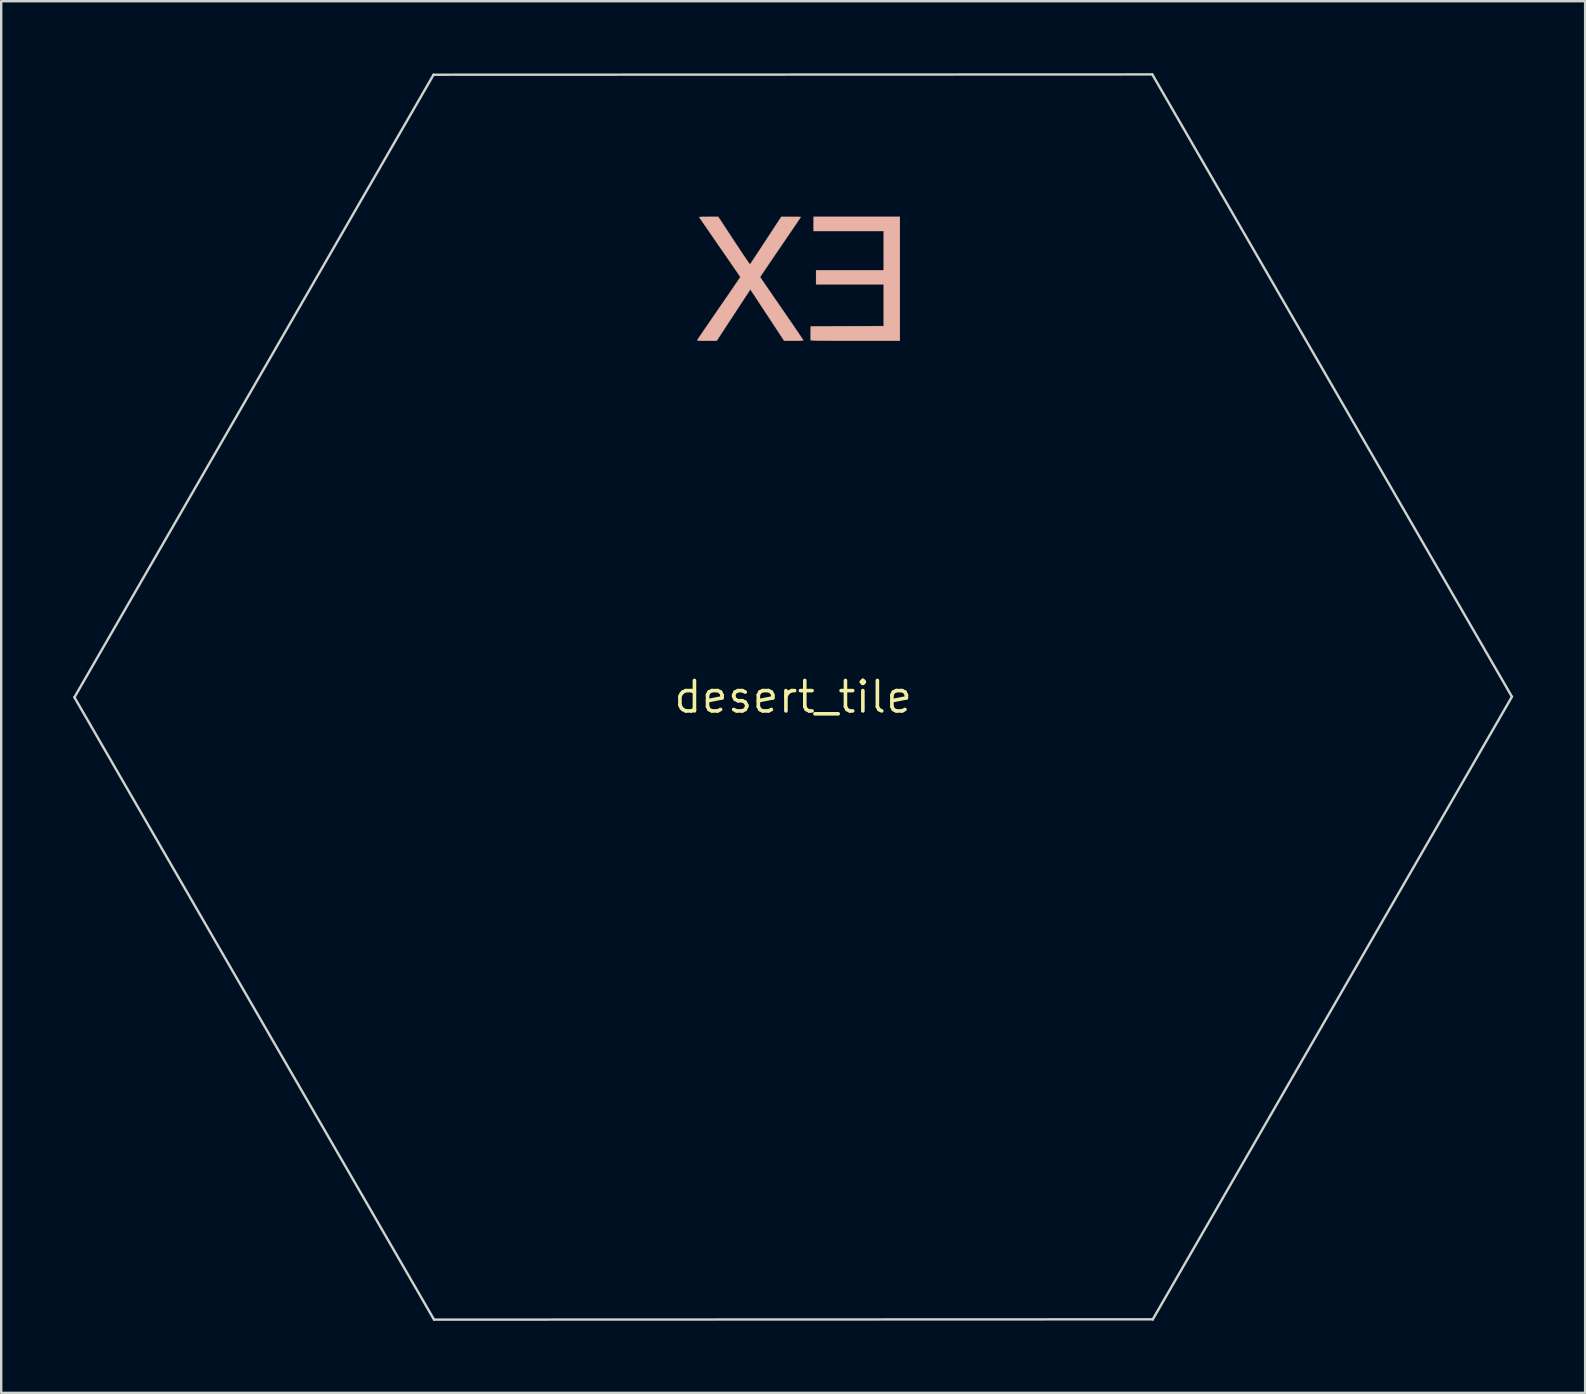
<source format=kicad_pcb>
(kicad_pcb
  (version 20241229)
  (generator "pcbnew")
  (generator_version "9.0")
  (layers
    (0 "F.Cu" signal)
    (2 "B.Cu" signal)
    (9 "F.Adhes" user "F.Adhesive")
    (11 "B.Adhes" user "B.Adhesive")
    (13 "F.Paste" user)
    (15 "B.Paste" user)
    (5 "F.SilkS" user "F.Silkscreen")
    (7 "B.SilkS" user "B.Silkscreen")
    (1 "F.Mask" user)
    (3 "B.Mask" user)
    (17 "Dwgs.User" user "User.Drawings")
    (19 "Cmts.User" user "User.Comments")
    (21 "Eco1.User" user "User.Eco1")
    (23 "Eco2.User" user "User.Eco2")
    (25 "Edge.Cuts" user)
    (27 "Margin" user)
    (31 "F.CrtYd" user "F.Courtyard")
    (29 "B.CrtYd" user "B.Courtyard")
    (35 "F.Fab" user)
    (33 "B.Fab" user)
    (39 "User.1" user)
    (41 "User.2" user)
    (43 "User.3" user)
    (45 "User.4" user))
  (footprint "desert_tile"
    (layer "F.Cu")
    (at 29.99 25.984)
    (property "Reference" "desert_tile" (at 0 0 0) (layer "F.SilkS") (effects (font (size 1.27 1.27) (thickness 0.15))))
    (attr through_hole)
    (fp_poly (pts (xy 22.458 -12.977) (xy 22.856 -12.289) (xy 23.248 -11.61) (xy 23.635 -10.941) (xy 24.015 -10.283) (xy 24.388 -9.637) (xy 24.754 -9.003) (xy 25.112 -8.383) (xy 25.462 -7.778) (xy 25.802 -7.188) (xy 26.133 -6.615) (xy 26.454 -6.059) (xy 26.765 -5.521) (xy 27.064 -5.002) (xy 27.352 -4.504) (xy 27.627 -4.026) (xy 27.89 -3.571) (xy 28.139 -3.138) (xy 28.375 -2.729) (xy 28.596 -2.345) (xy 28.803 -1.987) (xy 28.994 -1.655) (xy 29.169 -1.351) (xy 29.328 -1.075) (xy 29.47 -0.828) (xy 29.594 -0.612) (xy 29.701 -0.427) (xy 29.788 -0.274) (xy 29.857 -0.154) (xy 29.906 -0.068) (xy 29.934 -0.017) (xy 29.943 -0.002) (xy 29.929 0.022) (xy 29.895 0.082) (xy 29.841 0.176) (xy 29.768 0.303) (xy 29.676 0.462) (xy 29.567 0.652) (xy 29.441 0.871) (xy 29.298 1.12) (xy 29.139 1.395) (xy 28.965 1.698) (xy 28.776 2.025) (xy 28.573 2.376) (xy 28.358 2.751) (xy 28.129 3.147) (xy 27.889 3.564) (xy 27.637 4) (xy 27.375 4.455) (xy 27.102 4.928) (xy 26.821 5.416) (xy 26.53 5.92) (xy 26.232 6.437) (xy 25.926 6.968) (xy 25.613 7.51) (xy 25.294 8.062) (xy 24.97 8.624) (xy 24.641 9.195) (xy 24.308 9.772) (xy 23.971 10.356) (xy 23.632 10.945) (xy 23.29 11.537) (xy 22.947 12.132) (xy 22.603 12.729) (xy 22.258 13.325) (xy 21.914 13.922) (xy 21.571 14.516) (xy 21.23 15.108) (xy 20.891 15.695) (xy 20.555 16.277) (xy 20.223 16.853) (xy 19.895 17.421) (xy 19.572 17.981) (xy 19.255 18.531) (xy 18.944 19.07) (xy 18.639 19.597) (xy 18.343 20.111) (xy 18.054 20.611) (xy 17.775 21.095) (xy 17.505 21.563) (xy 17.245 22.014) (xy 16.995 22.445) (xy 16.758 22.857) (xy 16.532 23.247) (xy 16.32 23.616) (xy 16.12 23.961) (xy 15.935 24.282) (xy 15.764 24.577) (xy 15.609 24.846) (xy 15.47 25.087) (xy 15.347 25.299) (xy 15.242 25.481) (xy 15.155 25.631) (xy 15.086 25.75) (xy 15.037 25.835) (xy 15.007 25.885) (xy 14.999 25.9) (xy 14.986 25.902) (xy 14.951 25.904) (xy 14.893 25.905) (xy 14.812 25.907) (xy 14.706 25.908) (xy 14.575 25.91) (xy 14.419 25.911) (xy 14.237 25.912) (xy 14.028 25.913) (xy 13.791 25.915) (xy 13.526 25.916) (xy 13.233 25.917) (xy 12.91 25.918) (xy 12.557 25.919) (xy 12.174 25.92) (xy 11.759 25.921) (xy 11.313 25.922) (xy 10.834 25.923) (xy 10.321 25.924) (xy 9.775 25.925) (xy 9.194 25.926) (xy 8.579 25.927) (xy 7.927 25.928) (xy 7.239 25.928) (xy 6.515 25.929) (xy 5.752 25.93) (xy 4.951 25.931) (xy 4.112 25.931) (xy 3.232 25.932) (xy 2.313 25.933) (xy 1.352 25.934) (xy 0.351 25.934) (xy 0.005 25.934) (xy -14.965 25.944) (xy -15.045 25.804) (xy -15.06 25.779) (xy -15.096 25.717) (xy -15.151 25.621) (xy -15.226 25.491) (xy -15.321 25.328) (xy -15.433 25.133) (xy -15.564 24.908) (xy -15.712 24.652) (xy -15.876 24.367) (xy -16.057 24.054) (xy -16.254 23.713) (xy -16.466 23.346) (xy -16.692 22.954) (xy -16.933 22.538) (xy -17.187 22.098) (xy -17.455 21.635) (xy -17.734 21.151) (xy -18.026 20.646) (xy -18.329 20.122) (xy -18.643 19.579) (xy -18.967 19.018) (xy -19.301 18.44) (xy -19.645 17.846) (xy -19.996 17.237) (xy -20.356 16.614) (xy -20.724 15.978) (xy -21.099 15.33) (xy -21.48 14.67) (xy -21.867 14) (xy -22.259 13.321) (xy -22.531 12.85) (xy -22.927 12.166) (xy -23.317 11.491) (xy -23.701 10.826) (xy -24.079 10.172) (xy -24.45 9.529) (xy -24.814 8.899) (xy -25.17 8.283) (xy -25.517 7.682) (xy -25.855 7.096) (xy -26.184 6.526) (xy -26.503 5.974) (xy -26.811 5.44) (xy -27.108 4.926) (xy -27.393 4.431) (xy -27.666 3.958) (xy -27.927 3.507) (xy -28.174 3.078) (xy -28.407 2.674) (xy -28.626 2.294) (xy -28.83 1.94) (xy -29.018 1.613) (xy -29.191 1.313) (xy -29.347 1.042) (xy -29.486 0.801) (xy -29.607 0.59) (xy -29.71 0.41) (xy -29.795 0.262) (xy -29.86 0.148) (xy -29.906 0.068) (xy -29.931 0.022) (xy -29.937 0.012) (xy -29.926 -0.007) (xy -29.895 -0.062) (xy -29.844 -0.151) (xy -29.774 -0.274) (xy -29.686 -0.428) (xy -29.579 -0.614) (xy -29.455 -0.829) (xy -29.315 -1.074) (xy -29.159 -1.346) (xy -28.987 -1.644) (xy -28.801 -1.968) (xy -28.601 -2.316) (xy -28.387 -2.687) (xy -28.161 -3.081) (xy -27.922 -3.495) (xy -27.672 -3.929) (xy -27.412 -4.381) (xy -27.141 -4.851) (xy -26.861 -5.338) (xy -26.572 -5.839) (xy -26.275 -6.355) (xy -25.97 -6.883) (xy -25.659 -7.424) (xy -25.341 -7.975) (xy -25.018 -8.536) (xy -24.69 -9.105) (xy -24.357 -9.682) (xy -24.021 -10.265) (xy -23.683 -10.853) (xy -23.341 -11.445) (xy -22.998 -12.04) (xy -22.655 -12.636) (xy -22.31 -13.233) (xy -21.966 -13.83) (xy -21.624 -14.424) (xy -21.282 -15.016) (xy -20.943 -15.604) (xy -20.607 -16.187) (xy -20.274 -16.764) (xy -19.946 -17.333) (xy -19.622 -17.895) (xy -19.304 -18.446) (xy -18.992 -18.987) (xy -18.687 -19.516) (xy -18.389 -20.031) (xy -18.1 -20.533) (xy -17.819 -21.02) (xy -17.547 -21.49) (xy -17.286 -21.943) (xy -17.035 -22.377) (xy -16.796 -22.792) (xy -16.569 -23.185) (xy -16.354 -23.557) (xy -16.153 -23.905) (xy -15.965 -24.23) (xy -15.793 -24.529) (xy -15.635 -24.801) (xy -15.493 -25.046) (xy -15.368 -25.262) (xy -15.26 -25.448) (xy -15.17 -25.603) (xy -15.099 -25.726) (xy -15.047 -25.816) (xy -15.014 -25.871) (xy -15.002 -25.891) (xy -14.998 -25.893) (xy -14.989 -25.895) (xy -14.975 -25.897) (xy -14.953 -25.899) (xy -14.924 -25.901) (xy -14.886 -25.903) (xy -14.839 -25.905) (xy -14.781 -25.906) (xy -14.712 -25.908) (xy -14.631 -25.909) (xy -14.536 -25.911) (xy -14.428 -25.912) (xy -14.305 -25.913) (xy -14.165 -25.914) (xy -14.009 -25.915) (xy -13.836 -25.916) (xy -13.643 -25.917) (xy -13.432 -25.918) (xy -13.2 -25.919) (xy -12.946 -25.92) (xy -12.67 -25.921) (xy -12.372 -25.922) (xy -12.049 -25.923) (xy -11.701 -25.923) (xy -11.327 -25.924) (xy -10.927 -25.925) (xy -10.499 -25.925) (xy -10.042 -25.926) (xy -9.556 -25.926) (xy -9.039 -25.927) (xy -8.491 -25.927) (xy -7.911 -25.928) (xy -7.298 -25.928) (xy -6.651 -25.929) (xy -5.969 -25.929) (xy -5.251 -25.93) (xy -4.496 -25.93) (xy -3.704 -25.931) (xy -2.873 -25.931) (xy -2.002 -25.932) (xy -1.091 -25.932) (xy -0.139 -25.932) (xy -0.004 -25.933) (xy 14.968 -25.94) (xy 22.458 -12.977)) (stroke (width 0.01) (type solid)) (fill yes) (layer "F.Mask"))
    (fp_poly (pts (xy 4.445 -14.838) (xy 2.592 -14.838) (xy 2.26 -14.838) (xy 1.968 -14.838) (xy 1.713 -14.839) (xy 1.494 -14.84) (xy 1.308 -14.841) (xy 1.153 -14.843) (xy 1.025 -14.844) (xy 0.924 -14.847) (xy 0.847 -14.85) (xy 0.791 -14.853) (xy 0.754 -14.857) (xy 0.734 -14.862) (xy 0.729 -14.865) (xy 0.725 -14.896) (xy 0.723 -14.96) (xy 0.723 -15.049) (xy 0.724 -15.152) (xy 0.724 -15.167) (xy 0.73 -15.441) (xy 2.249 -15.447) (xy 3.768 -15.452) (xy 3.768 -17.187) (xy 0.953 -17.187) (xy 0.953 -17.78) (xy 3.768 -17.78) (xy 3.768 -19.41) (xy 0.847 -19.41) (xy 0.847 -20.003) (xy 4.445 -20.003) (xy 4.445 -14.838)) (stroke (width 0.01) (type solid)) (fill yes) (layer "B.SilkS"))
    (fp_poly (pts (xy -2.466 -19.008) (xy -2.345 -18.825) (xy -2.231 -18.652) (xy -2.126 -18.494) (xy -2.032 -18.354) (xy -1.951 -18.234) (xy -1.885 -18.138) (xy -1.836 -18.069) (xy -1.807 -18.031) (xy -1.8 -18.023) (xy -1.786 -18.042) (xy -1.751 -18.093) (xy -1.697 -18.173) (xy -1.627 -18.279) (xy -1.542 -18.408) (xy -1.444 -18.555) (xy -1.337 -18.719) (xy -1.221 -18.896) (xy -1.142 -19.017) (xy -0.497 -20.002) (xy -0.09 -20.002) (xy 0.036 -20.002) (xy 0.146 -20.001) (xy 0.234 -19.999) (xy 0.293 -19.997) (xy 0.317 -19.994) (xy 0.318 -19.994) (xy 0.306 -19.976) (xy 0.272 -19.925) (xy 0.219 -19.845) (xy 0.147 -19.738) (xy 0.059 -19.608) (xy -0.044 -19.457) (xy -0.159 -19.288) (xy -0.285 -19.103) (xy -0.419 -18.906) (xy -0.529 -18.744) (xy -0.669 -18.539) (xy -0.802 -18.344) (xy -0.925 -18.162) (xy -1.038 -17.997) (xy -1.137 -17.85) (xy -1.222 -17.724) (xy -1.29 -17.623) (xy -1.34 -17.549) (xy -1.369 -17.505) (xy -1.376 -17.494) (xy -1.364 -17.475) (xy -1.33 -17.425) (xy -1.276 -17.345) (xy -1.203 -17.238) (xy -1.114 -17.108) (xy -1.01 -16.956) (xy -0.893 -16.786) (xy -0.765 -16.6) (xy -0.627 -16.401) (xy -0.483 -16.191) (xy -0.476 -16.182) (xy -0.331 -15.971) (xy -0.194 -15.771) (xy -0.065 -15.584) (xy 0.052 -15.412) (xy 0.157 -15.258) (xy 0.247 -15.125) (xy 0.321 -15.016) (xy 0.376 -14.933) (xy 0.411 -14.88) (xy 0.423 -14.858) (xy 0.423 -14.858) (xy 0.403 -14.851) (xy 0.345 -14.845) (xy 0.253 -14.841) (xy 0.133 -14.838) (xy 0.024 -14.838) (xy -0.376 -14.838) (xy -1.08 -15.908) (xy -1.784 -16.978) (xy -2.072 -16.538) (xy -2.158 -16.407) (xy -2.261 -16.25) (xy -2.375 -16.075) (xy -2.496 -15.891) (xy -2.617 -15.706) (xy -2.733 -15.529) (xy -2.773 -15.468) (xy -3.186 -14.838) (xy -3.595 -14.838) (xy -3.737 -14.838) (xy -3.841 -14.839) (xy -3.914 -14.842) (xy -3.96 -14.846) (xy -3.985 -14.853) (xy -3.993 -14.862) (xy -3.992 -14.872) (xy -3.978 -14.895) (xy -3.942 -14.95) (xy -3.885 -15.034) (xy -3.811 -15.144) (xy -3.72 -15.278) (xy -3.614 -15.432) (xy -3.496 -15.605) (xy -3.367 -15.793) (xy -3.229 -15.993) (xy -3.09 -16.195) (xy -2.946 -16.404) (xy -2.809 -16.602) (xy -2.682 -16.787) (xy -2.565 -16.957) (xy -2.462 -17.109) (xy -2.373 -17.239) (xy -2.3 -17.345) (xy -2.246 -17.425) (xy -2.213 -17.475) (xy -2.201 -17.493) (xy -2.213 -17.512) (xy -2.247 -17.563) (xy -2.301 -17.643) (xy -2.374 -17.749) (xy -2.463 -17.879) (xy -2.567 -18.03) (xy -2.683 -18.199) (xy -2.81 -18.383) (xy -2.946 -18.579) (xy -3.059 -18.742) (xy -3.2 -18.946) (xy -3.334 -19.14) (xy -3.459 -19.322) (xy -3.573 -19.487) (xy -3.674 -19.634) (xy -3.76 -19.759) (xy -3.829 -19.86) (xy -3.879 -19.934) (xy -3.908 -19.979) (xy -3.916 -19.991) (xy -3.896 -19.995) (xy -3.84 -19.998) (xy -3.755 -20) (xy -3.647 -20.002) (xy -3.523 -20.002) (xy -3.517 -20.003) (xy -3.119 -20.003) (xy -2.466 -19.008)) (stroke (width 0.01) (type solid)) (fill yes) (layer "B.SilkS"))
    (fp_line (start -29.94 0.012) (end -14.98 -25.922) (stroke (width 0.1) (type solid)) (layer "Edge.Cuts"))
    (fp_line (start -14.98 -25.922) (end 14.96 -25.934) (stroke (width 0.1) (type solid)) (layer "Edge.Cuts"))
    (fp_line (start -14.96 25.935) (end -29.94 0.012) (stroke (width 0.1) (type solid)) (layer "Edge.Cuts"))
    (fp_line (start 14.96 -25.934) (end 29.94 -0.012) (stroke (width 0.1) (type solid)) (layer "Edge.Cuts"))
    (fp_line (start 14.98 25.923) (end -14.96 25.935) (stroke (width 0.1) (type solid)) (layer "Edge.Cuts"))
    (fp_line (start 14.98 25.923) (end 14.98 25.923) (stroke (width 0.1) (type solid)) (layer "Edge.Cuts"))
    (fp_line (start 29.94 -0.012) (end 14.98 25.923) (stroke (width 0.1) (type solid)) (layer "Edge.Cuts")))
  (gr_rect
    (start -3 -3)
    (end 62.979 54.969)
    (stroke (width 0.1) (type default))
    (fill no)
    (layer "Edge.Cuts")))
</source>
